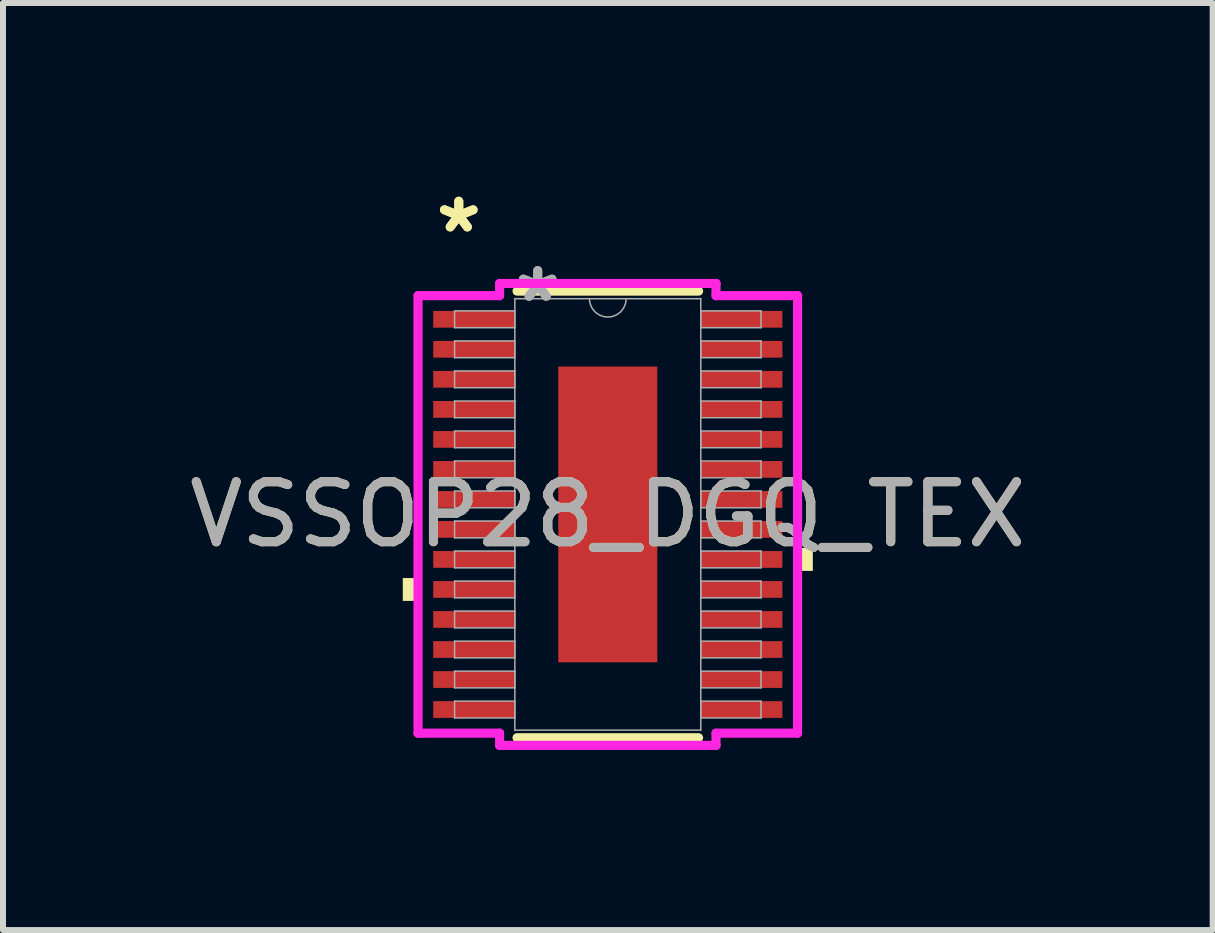
<source format=kicad_pcb>
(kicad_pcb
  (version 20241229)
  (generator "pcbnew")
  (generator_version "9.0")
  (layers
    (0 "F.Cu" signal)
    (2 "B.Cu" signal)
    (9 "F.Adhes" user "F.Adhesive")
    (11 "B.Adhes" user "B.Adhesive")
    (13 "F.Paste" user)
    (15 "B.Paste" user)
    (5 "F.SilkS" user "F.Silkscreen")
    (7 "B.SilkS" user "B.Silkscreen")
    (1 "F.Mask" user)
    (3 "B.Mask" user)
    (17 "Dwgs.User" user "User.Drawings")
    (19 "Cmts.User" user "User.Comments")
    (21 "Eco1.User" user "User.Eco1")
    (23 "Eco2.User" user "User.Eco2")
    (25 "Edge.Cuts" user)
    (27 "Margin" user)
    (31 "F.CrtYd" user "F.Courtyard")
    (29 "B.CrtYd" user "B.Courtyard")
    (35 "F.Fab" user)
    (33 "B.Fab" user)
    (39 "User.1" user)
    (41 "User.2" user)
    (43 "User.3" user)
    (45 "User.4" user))
  (footprint "VSSOP28_DGQ_TEX"
    (layer "F.Cu")
    (at 7.077 5.521)
    (property "Reference" "VSSOP28_DGQ_TEX" (at 0 0 0) (unlocked yes) (layer "F.SilkS") (effects (font (size 1 1) (thickness 0.15))))
    (attr smd)
    (fp_line (start -1.512 3.721) (end 1.512 3.721) (stroke (width 0.152) (type solid)) (layer "F.SilkS"))
    (fp_line (start 1.512 -3.721) (end -1.512 -3.721) (stroke (width 0.152) (type solid)) (layer "F.SilkS"))
    (fp_poly (pts (xy -3.416 1.06) (xy -3.416 1.441) (xy -3.162 1.441) (xy -3.162 1.06)) (stroke (width 0) (type solid)) (fill yes) (layer "F.SilkS"))
    (fp_poly (pts (xy 3.416 0.56) (xy 3.416 0.941) (xy 3.162 0.941) (xy 3.162 0.56)) (stroke (width 0) (type solid)) (fill yes) (layer "F.SilkS"))
    (fp_poly (pts (xy -0.726 -2.364) (xy -0.726 -0.921) (xy 0.726 -0.921) (xy 0.726 -2.364)) (stroke (width 0) (type solid)) (fill yes) (layer "F.Paste"))
    (fp_poly (pts (xy -0.726 -0.721) (xy -0.726 0.721) (xy 0.726 0.721) (xy 0.726 -0.721)) (stroke (width 0) (type solid)) (fill yes) (layer "F.Paste"))
    (fp_poly (pts (xy -0.726 0.921) (xy -0.726 2.364) (xy 0.726 2.364) (xy 0.726 0.921)) (stroke (width 0) (type solid)) (fill yes) (layer "F.Paste"))
    (fp_line (start -3.162 -3.645) (end -1.803 -3.645) (stroke (width 0.152) (type solid)) (layer "F.CrtYd"))
    (fp_line (start -3.162 3.645) (end -3.162 -3.645) (stroke (width 0.152) (type solid)) (layer "F.CrtYd"))
    (fp_line (start -3.162 3.645) (end -1.803 3.645) (stroke (width 0.152) (type solid)) (layer "F.CrtYd"))
    (fp_line (start -1.803 -3.848) (end 1.803 -3.848) (stroke (width 0.152) (type solid)) (layer "F.CrtYd"))
    (fp_line (start -1.803 -3.645) (end -1.803 -3.848) (stroke (width 0.152) (type solid)) (layer "F.CrtYd"))
    (fp_line (start -1.803 3.848) (end -1.803 3.645) (stroke (width 0.152) (type solid)) (layer "F.CrtYd"))
    (fp_line (start 1.803 -3.848) (end 1.803 -3.645) (stroke (width 0.152) (type solid)) (layer "F.CrtYd"))
    (fp_line (start 1.803 3.645) (end 1.803 3.848) (stroke (width 0.152) (type solid)) (layer "F.CrtYd"))
    (fp_line (start 1.803 3.848) (end -1.803 3.848) (stroke (width 0.152) (type solid)) (layer "F.CrtYd"))
    (fp_line (start 3.162 -3.645) (end 1.803 -3.645) (stroke (width 0.152) (type solid)) (layer "F.CrtYd"))
    (fp_line (start 3.162 -3.645) (end 3.162 3.645) (stroke (width 0.152) (type solid)) (layer "F.CrtYd"))
    (fp_line (start 3.162 3.645) (end 1.803 3.645) (stroke (width 0.152) (type solid)) (layer "F.CrtYd"))
    (fp_line (start -2.553 -3.391) (end -2.553 -3.111) (stroke (width 0.025) (type solid)) (layer "F.Fab"))
    (fp_line (start -2.553 -3.111) (end -1.549 -3.111) (stroke (width 0.025) (type solid)) (layer "F.Fab"))
    (fp_line (start -2.553 -2.89) (end -2.553 -2.611) (stroke (width 0.025) (type solid)) (layer "F.Fab"))
    (fp_line (start -2.553 -2.611) (end -1.549 -2.611) (stroke (width 0.025) (type solid)) (layer "F.Fab"))
    (fp_line (start -2.553 -2.39) (end -2.553 -2.111) (stroke (width 0.025) (type solid)) (layer "F.Fab"))
    (fp_line (start -2.553 -2.111) (end -1.549 -2.111) (stroke (width 0.025) (type solid)) (layer "F.Fab"))
    (fp_line (start -2.553 -1.89) (end -2.553 -1.611) (stroke (width 0.025) (type solid)) (layer "F.Fab"))
    (fp_line (start -2.553 -1.611) (end -1.549 -1.611) (stroke (width 0.025) (type solid)) (layer "F.Fab"))
    (fp_line (start -2.553 -1.39) (end -2.553 -1.111) (stroke (width 0.025) (type solid)) (layer "F.Fab"))
    (fp_line (start -2.553 -1.111) (end -1.549 -1.111) (stroke (width 0.025) (type solid)) (layer "F.Fab"))
    (fp_line (start -2.553 -0.89) (end -2.553 -0.61) (stroke (width 0.025) (type solid)) (layer "F.Fab"))
    (fp_line (start -2.553 -0.61) (end -1.549 -0.61) (stroke (width 0.025) (type solid)) (layer "F.Fab"))
    (fp_line (start -2.553 -0.39) (end -2.553 -0.11) (stroke (width 0.025) (type solid)) (layer "F.Fab"))
    (fp_line (start -2.553 -0.11) (end -1.549 -0.11) (stroke (width 0.025) (type solid)) (layer "F.Fab"))
    (fp_line (start -2.553 0.11) (end -2.553 0.39) (stroke (width 0.025) (type solid)) (layer "F.Fab"))
    (fp_line (start -2.553 0.39) (end -1.549 0.39) (stroke (width 0.025) (type solid)) (layer "F.Fab"))
    (fp_line (start -2.553 0.61) (end -2.553 0.89) (stroke (width 0.025) (type solid)) (layer "F.Fab"))
    (fp_line (start -2.553 0.89) (end -1.549 0.89) (stroke (width 0.025) (type solid)) (layer "F.Fab"))
    (fp_line (start -2.553 1.111) (end -2.553 1.39) (stroke (width 0.025) (type solid)) (layer "F.Fab"))
    (fp_line (start -2.553 1.39) (end -1.549 1.39) (stroke (width 0.025) (type solid)) (layer "F.Fab"))
    (fp_line (start -2.553 1.611) (end -2.553 1.89) (stroke (width 0.025) (type solid)) (layer "F.Fab"))
    (fp_line (start -2.553 1.89) (end -1.549 1.89) (stroke (width 0.025) (type solid)) (layer "F.Fab"))
    (fp_line (start -2.553 2.111) (end -2.553 2.39) (stroke (width 0.025) (type solid)) (layer "F.Fab"))
    (fp_line (start -2.553 2.39) (end -1.549 2.39) (stroke (width 0.025) (type solid)) (layer "F.Fab"))
    (fp_line (start -2.553 2.611) (end -2.553 2.89) (stroke (width 0.025) (type solid)) (layer "F.Fab"))
    (fp_line (start -2.553 2.89) (end -1.549 2.89) (stroke (width 0.025) (type solid)) (layer "F.Fab"))
    (fp_line (start -2.553 3.111) (end -2.553 3.391) (stroke (width 0.025) (type solid)) (layer "F.Fab"))
    (fp_line (start -2.553 3.391) (end -1.549 3.391) (stroke (width 0.025) (type solid)) (layer "F.Fab"))
    (fp_line (start -1.549 -3.594) (end -1.549 3.594) (stroke (width 0.025) (type solid)) (layer "F.Fab"))
    (fp_line (start -1.549 -3.391) (end -2.553 -3.391) (stroke (width 0.025) (type solid)) (layer "F.Fab"))
    (fp_line (start -1.549 -3.111) (end -1.549 -3.391) (stroke (width 0.025) (type solid)) (layer "F.Fab"))
    (fp_line (start -1.549 -2.89) (end -2.553 -2.89) (stroke (width 0.025) (type solid)) (layer "F.Fab"))
    (fp_line (start -1.549 -2.611) (end -1.549 -2.89) (stroke (width 0.025) (type solid)) (layer "F.Fab"))
    (fp_line (start -1.549 -2.39) (end -2.553 -2.39) (stroke (width 0.025) (type solid)) (layer "F.Fab"))
    (fp_line (start -1.549 -2.111) (end -1.549 -2.39) (stroke (width 0.025) (type solid)) (layer "F.Fab"))
    (fp_line (start -1.549 -1.89) (end -2.553 -1.89) (stroke (width 0.025) (type solid)) (layer "F.Fab"))
    (fp_line (start -1.549 -1.611) (end -1.549 -1.89) (stroke (width 0.025) (type solid)) (layer "F.Fab"))
    (fp_line (start -1.549 -1.39) (end -2.553 -1.39) (stroke (width 0.025) (type solid)) (layer "F.Fab"))
    (fp_line (start -1.549 -1.111) (end -1.549 -1.39) (stroke (width 0.025) (type solid)) (layer "F.Fab"))
    (fp_line (start -1.549 -0.89) (end -2.553 -0.89) (stroke (width 0.025) (type solid)) (layer "F.Fab"))
    (fp_line (start -1.549 -0.61) (end -1.549 -0.89) (stroke (width 0.025) (type solid)) (layer "F.Fab"))
    (fp_line (start -1.549 -0.39) (end -2.553 -0.39) (stroke (width 0.025) (type solid)) (layer "F.Fab"))
    (fp_line (start -1.549 -0.11) (end -1.549 -0.39) (stroke (width 0.025) (type solid)) (layer "F.Fab"))
    (fp_line (start -1.549 0.11) (end -2.553 0.11) (stroke (width 0.025) (type solid)) (layer "F.Fab"))
    (fp_line (start -1.549 0.39) (end -1.549 0.11) (stroke (width 0.025) (type solid)) (layer "F.Fab"))
    (fp_line (start -1.549 0.61) (end -2.553 0.61) (stroke (width 0.025) (type solid)) (layer "F.Fab"))
    (fp_line (start -1.549 0.89) (end -1.549 0.61) (stroke (width 0.025) (type solid)) (layer "F.Fab"))
    (fp_line (start -1.549 1.111) (end -2.553 1.111) (stroke (width 0.025) (type solid)) (layer "F.Fab"))
    (fp_line (start -1.549 1.39) (end -1.549 1.111) (stroke (width 0.025) (type solid)) (layer "F.Fab"))
    (fp_line (start -1.549 1.611) (end -2.553 1.611) (stroke (width 0.025) (type solid)) (layer "F.Fab"))
    (fp_line (start -1.549 1.89) (end -1.549 1.611) (stroke (width 0.025) (type solid)) (layer "F.Fab"))
    (fp_line (start -1.549 2.111) (end -2.553 2.111) (stroke (width 0.025) (type solid)) (layer "F.Fab"))
    (fp_line (start -1.549 2.39) (end -1.549 2.111) (stroke (width 0.025) (type solid)) (layer "F.Fab"))
    (fp_line (start -1.549 2.611) (end -2.553 2.611) (stroke (width 0.025) (type solid)) (layer "F.Fab"))
    (fp_line (start -1.549 2.89) (end -1.549 2.611) (stroke (width 0.025) (type solid)) (layer "F.Fab"))
    (fp_line (start -1.549 3.111) (end -2.553 3.111) (stroke (width 0.025) (type solid)) (layer "F.Fab"))
    (fp_line (start -1.549 3.391) (end -1.549 3.111) (stroke (width 0.025) (type solid)) (layer "F.Fab"))
    (fp_line (start -1.549 3.594) (end 1.549 3.594) (stroke (width 0.025) (type solid)) (layer "F.Fab"))
    (fp_line (start 1.549 -3.594) (end -1.549 -3.594) (stroke (width 0.025) (type solid)) (layer "F.Fab"))
    (fp_line (start 1.549 -3.391) (end 1.549 -3.111) (stroke (width 0.025) (type solid)) (layer "F.Fab"))
    (fp_line (start 1.549 -3.111) (end 2.553 -3.111) (stroke (width 0.025) (type solid)) (layer "F.Fab"))
    (fp_line (start 1.549 -2.89) (end 1.549 -2.611) (stroke (width 0.025) (type solid)) (layer "F.Fab"))
    (fp_line (start 1.549 -2.611) (end 2.553 -2.611) (stroke (width 0.025) (type solid)) (layer "F.Fab"))
    (fp_line (start 1.549 -2.39) (end 1.549 -2.111) (stroke (width 0.025) (type solid)) (layer "F.Fab"))
    (fp_line (start 1.549 -2.111) (end 2.553 -2.111) (stroke (width 0.025) (type solid)) (layer "F.Fab"))
    (fp_line (start 1.549 -1.89) (end 1.549 -1.611) (stroke (width 0.025) (type solid)) (layer "F.Fab"))
    (fp_line (start 1.549 -1.611) (end 2.553 -1.611) (stroke (width 0.025) (type solid)) (layer "F.Fab"))
    (fp_line (start 1.549 -1.39) (end 1.549 -1.111) (stroke (width 0.025) (type solid)) (layer "F.Fab"))
    (fp_line (start 1.549 -1.111) (end 2.553 -1.111) (stroke (width 0.025) (type solid)) (layer "F.Fab"))
    (fp_line (start 1.549 -0.89) (end 1.549 -0.61) (stroke (width 0.025) (type solid)) (layer "F.Fab"))
    (fp_line (start 1.549 -0.61) (end 2.553 -0.61) (stroke (width 0.025) (type solid)) (layer "F.Fab"))
    (fp_line (start 1.549 -0.39) (end 1.549 -0.11) (stroke (width 0.025) (type solid)) (layer "F.Fab"))
    (fp_line (start 1.549 -0.11) (end 2.553 -0.11) (stroke (width 0.025) (type solid)) (layer "F.Fab"))
    (fp_line (start 1.549 0.11) (end 1.549 0.39) (stroke (width 0.025) (type solid)) (layer "F.Fab"))
    (fp_line (start 1.549 0.39) (end 2.553 0.39) (stroke (width 0.025) (type solid)) (layer "F.Fab"))
    (fp_line (start 1.549 0.61) (end 1.549 0.89) (stroke (width 0.025) (type solid)) (layer "F.Fab"))
    (fp_line (start 1.549 0.89) (end 2.553 0.89) (stroke (width 0.025) (type solid)) (layer "F.Fab"))
    (fp_line (start 1.549 1.111) (end 1.549 1.39) (stroke (width 0.025) (type solid)) (layer "F.Fab"))
    (fp_line (start 1.549 1.39) (end 2.553 1.39) (stroke (width 0.025) (type solid)) (layer "F.Fab"))
    (fp_line (start 1.549 1.611) (end 1.549 1.89) (stroke (width 0.025) (type solid)) (layer "F.Fab"))
    (fp_line (start 1.549 1.89) (end 2.553 1.89) (stroke (width 0.025) (type solid)) (layer "F.Fab"))
    (fp_line (start 1.549 2.111) (end 1.549 2.39) (stroke (width 0.025) (type solid)) (layer "F.Fab"))
    (fp_line (start 1.549 2.39) (end 2.553 2.39) (stroke (width 0.025) (type solid)) (layer "F.Fab"))
    (fp_line (start 1.549 2.611) (end 1.549 2.89) (stroke (width 0.025) (type solid)) (layer "F.Fab"))
    (fp_line (start 1.549 2.89) (end 2.553 2.89) (stroke (width 0.025) (type solid)) (layer "F.Fab"))
    (fp_line (start 1.549 3.111) (end 1.549 3.391) (stroke (width 0.025) (type solid)) (layer "F.Fab"))
    (fp_line (start 1.549 3.391) (end 2.553 3.391) (stroke (width 0.025) (type solid)) (layer "F.Fab"))
    (fp_line (start 1.549 3.594) (end 1.549 -3.594) (stroke (width 0.025) (type solid)) (layer "F.Fab"))
    (fp_line (start 2.553 -3.391) (end 1.549 -3.391) (stroke (width 0.025) (type solid)) (layer "F.Fab"))
    (fp_line (start 2.553 -3.111) (end 2.553 -3.391) (stroke (width 0.025) (type solid)) (layer "F.Fab"))
    (fp_line (start 2.553 -2.89) (end 1.549 -2.89) (stroke (width 0.025) (type solid)) (layer "F.Fab"))
    (fp_line (start 2.553 -2.611) (end 2.553 -2.89) (stroke (width 0.025) (type solid)) (layer "F.Fab"))
    (fp_line (start 2.553 -2.39) (end 1.549 -2.39) (stroke (width 0.025) (type solid)) (layer "F.Fab"))
    (fp_line (start 2.553 -2.111) (end 2.553 -2.39) (stroke (width 0.025) (type solid)) (layer "F.Fab"))
    (fp_line (start 2.553 -1.89) (end 1.549 -1.89) (stroke (width 0.025) (type solid)) (layer "F.Fab"))
    (fp_line (start 2.553 -1.611) (end 2.553 -1.89) (stroke (width 0.025) (type solid)) (layer "F.Fab"))
    (fp_line (start 2.553 -1.39) (end 1.549 -1.39) (stroke (width 0.025) (type solid)) (layer "F.Fab"))
    (fp_line (start 2.553 -1.111) (end 2.553 -1.39) (stroke (width 0.025) (type solid)) (layer "F.Fab"))
    (fp_line (start 2.553 -0.89) (end 1.549 -0.89) (stroke (width 0.025) (type solid)) (layer "F.Fab"))
    (fp_line (start 2.553 -0.61) (end 2.553 -0.89) (stroke (width 0.025) (type solid)) (layer "F.Fab"))
    (fp_line (start 2.553 -0.39) (end 1.549 -0.39) (stroke (width 0.025) (type solid)) (layer "F.Fab"))
    (fp_line (start 2.553 -0.11) (end 2.553 -0.39) (stroke (width 0.025) (type solid)) (layer "F.Fab"))
    (fp_line (start 2.553 0.11) (end 1.549 0.11) (stroke (width 0.025) (type solid)) (layer "F.Fab"))
    (fp_line (start 2.553 0.39) (end 2.553 0.11) (stroke (width 0.025) (type solid)) (layer "F.Fab"))
    (fp_line (start 2.553 0.61) (end 1.549 0.61) (stroke (width 0.025) (type solid)) (layer "F.Fab"))
    (fp_line (start 2.553 0.89) (end 2.553 0.61) (stroke (width 0.025) (type solid)) (layer "F.Fab"))
    (fp_line (start 2.553 1.111) (end 1.549 1.111) (stroke (width 0.025) (type solid)) (layer "F.Fab"))
    (fp_line (start 2.553 1.39) (end 2.553 1.111) (stroke (width 0.025) (type solid)) (layer "F.Fab"))
    (fp_line (start 2.553 1.611) (end 1.549 1.611) (stroke (width 0.025) (type solid)) (layer "F.Fab"))
    (fp_line (start 2.553 1.89) (end 2.553 1.611) (stroke (width 0.025) (type solid)) (layer "F.Fab"))
    (fp_line (start 2.553 2.111) (end 1.549 2.111) (stroke (width 0.025) (type solid)) (layer "F.Fab"))
    (fp_line (start 2.553 2.39) (end 2.553 2.111) (stroke (width 0.025) (type solid)) (layer "F.Fab"))
    (fp_line (start 2.553 2.611) (end 1.549 2.611) (stroke (width 0.025) (type solid)) (layer "F.Fab"))
    (fp_line (start 2.553 2.89) (end 2.553 2.611) (stroke (width 0.025) (type solid)) (layer "F.Fab"))
    (fp_line (start 2.553 3.111) (end 1.549 3.111) (stroke (width 0.025) (type solid)) (layer "F.Fab"))
    (fp_line (start 2.553 3.391) (end 2.553 3.111) (stroke (width 0.025) (type solid)) (layer "F.Fab"))
    (fp_arc (start 0.3048 -3.5941) (mid 0 -3.2893) (end -0.3048 -3.5941) (stroke (width 0.0254) (type solid)) (layer "F.Fab"))
    (fp_text user "*" (at -2.483 -4.673 0) (unlocked yes) (layer "F.SilkS") (effects (font (size 1 1) (thickness 0.15))))
    (fp_text user "*" (at -2.483 -4.673 0) (layer "F.SilkS") (effects (font (size 1 1) (thickness 0.15))))
    (fp_text user "*" (at -1.168 -3.518 0) (unlocked yes) (layer "F.Fab") (effects (font (size 1 1) (thickness 0.15))))
    (fp_text user "*" (at -1.168 -3.518 0) (layer "F.Fab") (effects (font (size 1 1) (thickness 0.15))))
    (fp_text user "${REFERENCE}" (at 0 0 0) (unlocked yes) (layer "F.Fab") (effects (font (size 1 1) (thickness 0.15))))
    (pad "1" smd rect (at -2.229 -3.251) (size 1.359 0.279) (layers "F.Cu" "F.Mask" "F.Paste"))
    (pad "2" smd rect (at -2.229 -2.751) (size 1.359 0.279) (layers "F.Cu" "F.Mask" "F.Paste"))
    (pad "3" smd rect (at -2.229 -2.251) (size 1.359 0.279) (layers "F.Cu" "F.Mask" "F.Paste"))
    (pad "4" smd rect (at -2.229 -1.75) (size 1.359 0.279) (layers "F.Cu" "F.Mask" "F.Paste"))
    (pad "5" smd rect (at -2.229 -1.25) (size 1.359 0.279) (layers "F.Cu" "F.Mask" "F.Paste"))
    (pad "6" smd rect (at -2.229 -0.75) (size 1.359 0.279) (layers "F.Cu" "F.Mask" "F.Paste"))
    (pad "7" smd rect (at -2.229 -0.25) (size 1.359 0.279) (layers "F.Cu" "F.Mask" "F.Paste"))
    (pad "8" smd rect (at -2.229 0.25) (size 1.359 0.279) (layers "F.Cu" "F.Mask" "F.Paste"))
    (pad "9" smd rect (at -2.229 0.75) (size 1.359 0.279) (layers "F.Cu" "F.Mask" "F.Paste"))
    (pad "10" smd rect (at -2.229 1.25) (size 1.359 0.279) (layers "F.Cu" "F.Mask" "F.Paste"))
    (pad "11" smd rect (at -2.229 1.75) (size 1.359 0.279) (layers "F.Cu" "F.Mask" "F.Paste"))
    (pad "12" smd rect (at -2.229 2.251) (size 1.359 0.279) (layers "F.Cu" "F.Mask" "F.Paste"))
    (pad "13" smd rect (at -2.229 2.751) (size 1.359 0.279) (layers "F.Cu" "F.Mask" "F.Paste"))
    (pad "14" smd rect (at -2.229 3.251) (size 1.359 0.279) (layers "F.Cu" "F.Mask" "F.Paste"))
    (pad "15" smd rect (at 2.229 3.251) (size 1.359 0.279) (layers "F.Cu" "F.Mask" "F.Paste"))
    (pad "16" smd rect (at 2.229 2.751) (size 1.359 0.279) (layers "F.Cu" "F.Mask" "F.Paste"))
    (pad "17" smd rect (at 2.229 2.251) (size 1.359 0.279) (layers "F.Cu" "F.Mask" "F.Paste"))
    (pad "18" smd rect (at 2.229 1.75) (size 1.359 0.279) (layers "F.Cu" "F.Mask" "F.Paste"))
    (pad "19" smd rect (at 2.229 1.25) (size 1.359 0.279) (layers "F.Cu" "F.Mask" "F.Paste"))
    (pad "20" smd rect (at 2.229 0.75) (size 1.359 0.279) (layers "F.Cu" "F.Mask" "F.Paste"))
    (pad "21" smd rect (at 2.229 0.25) (size 1.359 0.279) (layers "F.Cu" "F.Mask" "F.Paste"))
    (pad "22" smd rect (at 2.229 -0.25) (size 1.359 0.279) (layers "F.Cu" "F.Mask" "F.Paste"))
    (pad "23" smd rect (at 2.229 -0.75) (size 1.359 0.279) (layers "F.Cu" "F.Mask" "F.Paste"))
    (pad "24" smd rect (at 2.229 -1.25) (size 1.359 0.279) (layers "F.Cu" "F.Mask" "F.Paste"))
    (pad "25" smd rect (at 2.229 -1.75) (size 1.359 0.279) (layers "F.Cu" "F.Mask" "F.Paste"))
    (pad "26" smd rect (at 2.229 -2.251) (size 1.359 0.279) (layers "F.Cu" "F.Mask" "F.Paste"))
    (pad "27" smd rect (at 2.229 -2.751) (size 1.359 0.279) (layers "F.Cu" "F.Mask" "F.Paste"))
    (pad "28" smd rect (at 2.229 -3.251) (size 1.359 0.279) (layers "F.Cu" "F.Mask" "F.Paste"))
    (pad "EPAD" smd rect (at 0 0) (size 1.651 4.928) (layers "F.Cu" "F.Mask")))
  (gr_rect
    (start -3 -3)
    (end 17.155 12.446)
    (stroke (width 0.1) (type default))
    (fill no)
    (layer "Edge.Cuts")))
</source>
